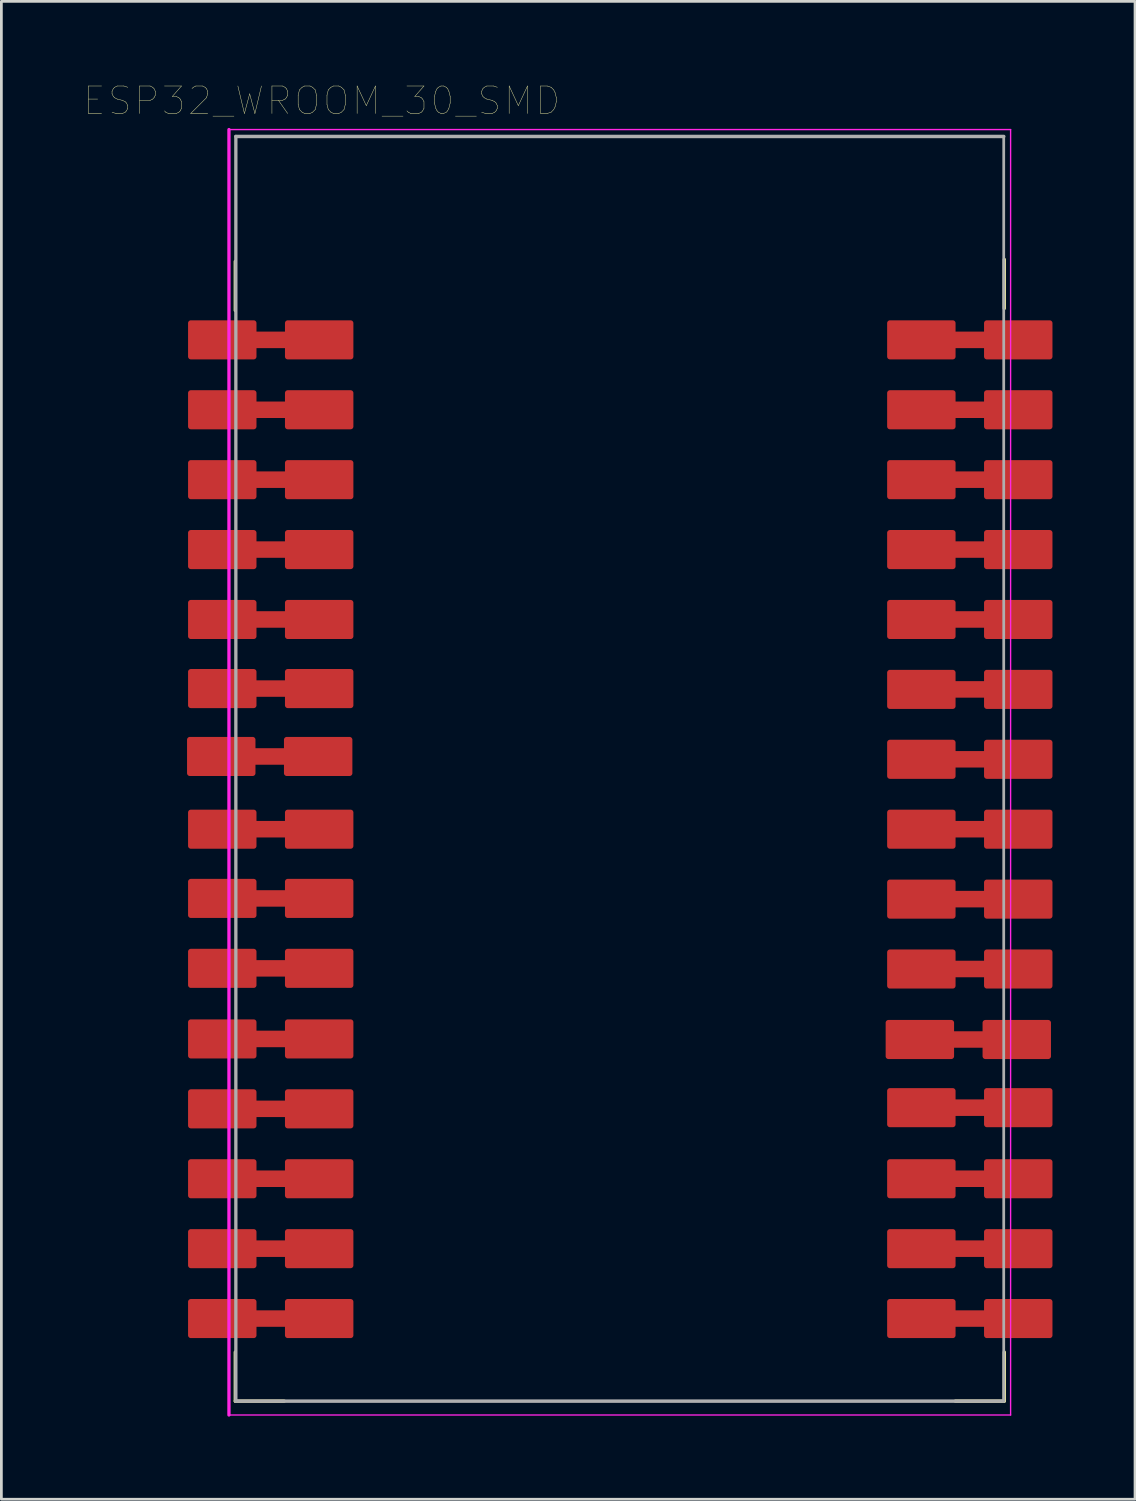
<source format=kicad_pcb>
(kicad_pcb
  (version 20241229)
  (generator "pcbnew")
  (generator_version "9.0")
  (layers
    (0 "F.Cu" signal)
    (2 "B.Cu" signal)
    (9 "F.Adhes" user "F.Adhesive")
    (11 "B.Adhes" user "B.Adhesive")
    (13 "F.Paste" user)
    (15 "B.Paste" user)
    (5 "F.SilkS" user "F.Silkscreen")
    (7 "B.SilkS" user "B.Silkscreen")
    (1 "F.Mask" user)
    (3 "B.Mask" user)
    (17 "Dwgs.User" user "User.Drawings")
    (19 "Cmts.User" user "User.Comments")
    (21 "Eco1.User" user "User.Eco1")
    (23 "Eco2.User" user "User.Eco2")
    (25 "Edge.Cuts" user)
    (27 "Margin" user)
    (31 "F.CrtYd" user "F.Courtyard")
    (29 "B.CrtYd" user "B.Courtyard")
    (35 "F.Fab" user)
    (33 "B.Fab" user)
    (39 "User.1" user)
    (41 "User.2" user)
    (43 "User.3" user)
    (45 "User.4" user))
  (footprint "ESP32_WROOM_30_SMD"
    (layer "F.Cu")
    (at 19.469 29.058)
    (property "Reference" "ESP32_WROOM_30_SMD" (at -10.829 -28.446 0) (layer "F.SilkS") (effects (font (size 1 1) (thickness 0.015))))
    (attr through_hole)
    (fp_line (start -13.97 -20.828) (end -13.97 -22.61) (stroke (width 0.12) (type solid)) (layer "F.SilkS"))
    (fp_line (start -13.97 18.8) (end -13.97 17.018) (stroke (width 0.12) (type solid)) (layer "F.SilkS"))
    (fp_line (start -12.192 18.8) (end -13.97 18.8) (stroke (width 0.12) (type solid)) (layer "F.SilkS"))
    (fp_line (start 13.97 -20.901) (end 13.97 -22.683) (stroke (width 0.12) (type solid)) (layer "F.SilkS"))
    (fp_line (start 13.97 18.8) (end 12.192 18.8) (stroke (width 0.12) (type solid)) (layer "F.SilkS"))
    (fp_line (start 13.97 18.8) (end 13.97 17.018) (stroke (width 0.12) (type solid)) (layer "F.SilkS"))
    (fp_line (start -14.2 -27.4) (end -14.2 19.304) (stroke (width 0.12) (type solid)) (layer "F.CrtYd"))
    (fp_line (start -14.2 -27.4) (end 14.2 -27.4) (stroke (width 0.05) (type solid)) (layer "F.CrtYd"))
    (fp_line (start -14.2 19.304) (end 14.2 19.304) (stroke (width 0.05) (type solid)) (layer "F.CrtYd"))
    (fp_line (start 14.2 19.304) (end 14.2 -27.4) (stroke (width 0.05) (type solid)) (layer "F.CrtYd"))
    (fp_line (start -13.95 -27.15) (end -13.95 18.8) (stroke (width 0.12) (type solid)) (layer "F.Fab"))
    (fp_line (start -13.95 -27.15) (end 13.95 -27.15) (stroke (width 0.127) (type solid)) (layer "F.Fab"))
    (fp_line (start 13.95 18.8) (end -13.95 18.8) (stroke (width 0.127) (type solid)) (layer "F.Fab"))
    (fp_line (start 13.95 18.8) (end 13.95 -27.15) (stroke (width 0.1) (type solid)) (layer "F.Fab"))
    (pad "1" smd custom (at -12.7 -19.76) (size 1.2 0.6) (layers "F.Cu" "F.Mask" "F.Paste") (options (anchor rect)) (primitives (gr_rect (start -2.886 -0.61) (end -0.6 0.61) (width 0.2) (fill yes)) (gr_rect (start 0.635 -0.61) (end 2.921 0.61) (width 0.2) (fill yes))))
    (pad "2" smd custom (at -12.7 -17.22) (size 1.2 0.6) (layers "F.Cu" "F.Mask" "F.Paste") (options (anchor rect)) (primitives (gr_rect (start -2.886 -0.61) (end -0.6 0.61) (width 0.2) (fill yes)) (gr_rect (start 0.635 -0.61) (end 2.921 0.61) (width 0.2) (fill yes))))
    (pad "3" smd custom (at -12.7 -14.68) (size 1.2 0.6) (layers "F.Cu" "F.Mask" "F.Paste") (options (anchor rect)) (primitives (gr_rect (start -2.886 -0.61) (end -0.6 0.61) (width 0.2) (fill yes)) (gr_rect (start 0.635 -0.61) (end 2.921 0.61) (width 0.2) (fill yes))))
    (pad "4" smd custom (at -12.7 -12.14) (size 1.2 0.6) (layers "F.Cu" "F.Mask" "F.Paste") (options (anchor rect)) (primitives (gr_rect (start -2.886 -0.61) (end -0.6 0.61) (width 0.2) (fill yes)) (gr_rect (start 0.635 -0.61) (end 2.921 0.61) (width 0.2) (fill yes))))
    (pad "5" smd custom (at -12.7 -9.6) (size 1.2 0.6) (layers "F.Cu" "F.Mask" "F.Paste") (options (anchor rect)) (primitives (gr_rect (start -2.886 -0.61) (end -0.6 0.61) (width 0.2) (fill yes)) (gr_rect (start 0.635 -0.61) (end 2.921 0.61) (width 0.2) (fill yes))))
    (pad "6" smd custom (at -12.7 -7.09) (size 1.2 0.6) (layers "F.Cu" "F.Mask" "F.Paste") (options (anchor rect)) (primitives (gr_rect (start -2.886 -0.61) (end -0.6 0.61) (width 0.2) (fill yes)) (gr_rect (start 0.635 -0.61) (end 2.921 0.61) (width 0.2) (fill yes))))
    (pad "7" smd custom (at -12.737 -4.623) (size 1.2 0.6) (layers "F.Cu" "F.Mask" "F.Paste") (options (anchor rect)) (primitives (gr_rect (start -2.886 -0.61) (end -0.6 0.61) (width 0.2) (fill yes)) (gr_rect (start 0.635 -0.61) (end 2.921 0.61) (width 0.2) (fill yes))))
    (pad "8" smd custom (at -12.7 -1.98) (size 1.2 0.6) (layers "F.Cu" "F.Mask" "F.Paste") (options (anchor rect)) (primitives (gr_rect (start -2.886 -0.61) (end -0.6 0.61) (width 0.2) (fill yes)) (gr_rect (start 0.635 -0.61) (end 2.921 0.61) (width 0.2) (fill yes))))
    (pad "9" smd custom (at -12.7 0.535) (size 1.2 0.6) (layers "F.Cu" "F.Mask" "F.Paste") (options (anchor rect)) (primitives (gr_rect (start -2.886 -0.61) (end -0.6 0.61) (width 0.2) (fill yes)) (gr_rect (start 0.635 -0.61) (end 2.921 0.61) (width 0.2) (fill yes))))
    (pad "10" smd custom (at -12.7 3.076) (size 1.2 0.6) (layers "F.Cu" "F.Mask" "F.Paste") (options (anchor rect)) (primitives (gr_rect (start -2.886 -0.61) (end -0.6 0.61) (width 0.2) (fill yes)) (gr_rect (start 0.635 -0.61) (end 2.921 0.61) (width 0.2) (fill yes))))
    (pad "11" smd custom (at -12.7 5.64) (size 1.2 0.6) (layers "F.Cu" "F.Mask" "F.Paste") (options (anchor rect)) (primitives (gr_rect (start -2.886 -0.61) (end -0.6 0.61) (width 0.2) (fill yes)) (gr_rect (start 0.635 -0.61) (end 2.921 0.61) (width 0.2) (fill yes))))
    (pad "12" smd custom (at -12.7 8.18) (size 1.2 0.6) (layers "F.Cu" "F.Mask" "F.Paste") (options (anchor rect)) (primitives (gr_rect (start -2.886 -0.61) (end -0.6 0.61) (width 0.2) (fill yes)) (gr_rect (start 0.635 -0.61) (end 2.921 0.61) (width 0.2) (fill yes))))
    (pad "13" smd custom (at -12.7 10.72) (size 1.2 0.6) (layers "F.Cu" "F.Mask" "F.Paste") (options (anchor rect)) (primitives (gr_rect (start -2.886 -0.61) (end -0.6 0.61) (width 0.2) (fill yes)) (gr_rect (start 0.635 -0.61) (end 2.921 0.61) (width 0.2) (fill yes))))
    (pad "14" smd custom (at -12.7 13.26) (size 1.2 0.6) (layers "F.Cu" "F.Mask" "F.Paste") (options (anchor rect)) (primitives (gr_rect (start -2.886 -0.61) (end -0.6 0.61) (width 0.2) (fill yes)) (gr_rect (start 0.635 -0.61) (end 2.921 0.61) (width 0.2) (fill yes))))
    (pad "15" smd custom (at -12.7 15.8) (size 1.2 0.6) (layers "F.Cu" "F.Mask" "F.Paste") (options (anchor rect)) (primitives (gr_rect (start -2.886 -0.61) (end -0.6 0.61) (width 0.2) (fill yes)) (gr_rect (start 0.635 -0.61) (end 2.921 0.61) (width 0.2) (fill yes))))
    (pad "16" smd custom (at 12.7 15.8) (size 1.2 0.6) (layers "F.Cu" "F.Mask" "F.Paste") (options (anchor rect)) (primitives (gr_rect (start -2.886 -0.61) (end -0.6 0.61) (width 0.2) (fill yes)) (gr_rect (start 0.635 -0.61) (end 2.921 0.61) (width 0.2) (fill yes))))
    (pad "17" smd custom (at 12.7 13.26) (size 1.2 0.6) (layers "F.Cu" "F.Mask" "F.Paste") (options (anchor rect)) (primitives (gr_rect (start -2.886 -0.61) (end -0.6 0.61) (width 0.2) (fill yes)) (gr_rect (start 0.635 -0.61) (end 2.921 0.61) (width 0.2) (fill yes))))
    (pad "18" smd custom (at 12.7 10.72) (size 1.2 0.6) (layers "F.Cu" "F.Mask" "F.Paste") (options (anchor rect)) (primitives (gr_rect (start -2.886 -0.61) (end -0.6 0.61) (width 0.2) (fill yes)) (gr_rect (start 0.635 -0.61) (end 2.921 0.61) (width 0.2) (fill yes))))
    (pad "19" smd custom (at 12.7 8.137) (size 1.2 0.6) (layers "F.Cu" "F.Mask" "F.Paste") (options (anchor rect)) (primitives (gr_rect (start -2.886 -0.61) (end -0.6 0.61) (width 0.2) (fill yes)) (gr_rect (start 0.635 -0.61) (end 2.921 0.61) (width 0.2) (fill yes))))
    (pad "20" smd custom (at 12.646 5.661) (size 1.2 0.6) (layers "F.Cu" "F.Mask" "F.Paste") (options (anchor rect)) (primitives (gr_rect (start -2.886 -0.61) (end -0.6 0.61) (width 0.2) (fill yes)) (gr_rect (start 0.635 -0.61) (end 2.921 0.61) (width 0.2) (fill yes))))
    (pad "21" smd custom (at 12.7 3.1) (size 1.2 0.6) (layers "F.Cu" "F.Mask" "F.Paste") (options (anchor rect)) (primitives (gr_rect (start -2.886 -0.61) (end -0.6 0.61) (width 0.2) (fill yes)) (gr_rect (start 0.635 -0.61) (end 2.921 0.61) (width 0.2) (fill yes))))
    (pad "22" smd custom (at 12.7 0.56) (size 1.2 0.6) (layers "F.Cu" "F.Mask" "F.Paste") (options (anchor rect)) (primitives (gr_rect (start -2.886 -0.61) (end -0.6 0.61) (width 0.2) (fill yes)) (gr_rect (start 0.635 -0.61) (end 2.921 0.61) (width 0.2) (fill yes))))
    (pad "23" smd custom (at 12.7 -1.98) (size 1.2 0.6) (layers "F.Cu" "F.Mask" "F.Paste") (options (anchor rect)) (primitives (gr_rect (start -2.886 -0.61) (end -0.6 0.61) (width 0.2) (fill yes)) (gr_rect (start 0.635 -0.61) (end 2.921 0.61) (width 0.2) (fill yes))))
    (pad "24" smd custom (at 12.7 -4.52) (size 1.2 0.6) (layers "F.Cu" "F.Mask" "F.Paste") (options (anchor rect)) (primitives (gr_rect (start -2.886 -0.61) (end -0.6 0.61) (width 0.2) (fill yes)) (gr_rect (start 0.635 -0.61) (end 2.921 0.61) (width 0.2) (fill yes))))
    (pad "25" smd custom (at 12.7 -7.06) (size 1.2 0.6) (layers "F.Cu" "F.Mask" "F.Paste") (options (anchor rect)) (primitives (gr_rect (start -2.886 -0.61) (end -0.6 0.61) (width 0.2) (fill yes)) (gr_rect (start 0.635 -0.61) (end 2.921 0.61) (width 0.2) (fill yes))))
    (pad "26" smd custom (at 12.7 -9.6) (size 1.2 0.6) (layers "F.Cu" "F.Mask" "F.Paste") (options (anchor rect)) (primitives (gr_rect (start -2.886 -0.61) (end -0.6 0.61) (width 0.2) (fill yes)) (gr_rect (start 0.635 -0.61) (end 2.921 0.61) (width 0.2) (fill yes))))
    (pad "27" smd custom (at 12.7 -12.14) (size 1.2 0.6) (layers "F.Cu" "F.Mask" "F.Paste") (options (anchor rect)) (primitives (gr_rect (start -2.886 -0.61) (end -0.6 0.61) (width 0.2) (fill yes)) (gr_rect (start 0.635 -0.61) (end 2.921 0.61) (width 0.2) (fill yes))))
    (pad "28" smd custom (at 12.7 -14.68) (size 1.2 0.6) (layers "F.Cu" "F.Mask" "F.Paste") (options (anchor rect)) (primitives (gr_rect (start -2.886 -0.61) (end -0.6 0.61) (width 0.2) (fill yes)) (gr_rect (start 0.635 -0.61) (end 2.921 0.61) (width 0.2) (fill yes))))
    (pad "29" smd custom (at 12.7 -17.22) (size 1.2 0.6) (layers "F.Cu" "F.Mask" "F.Paste") (options (anchor rect)) (primitives (gr_rect (start -2.886 -0.61) (end -0.6 0.61) (width 0.2) (fill yes)) (gr_rect (start 0.635 -0.61) (end 2.921 0.61) (width 0.2) (fill yes))))
    (pad "30" smd custom (at 12.7 -19.76) (size 1.2 0.6) (layers "F.Cu" "F.Mask" "F.Paste") (options (anchor rect)) (primitives (gr_rect (start -2.886 -0.61) (end -0.6 0.61) (width 0.2) (fill yes)) (gr_rect (start 0.635 -0.61) (end 2.921 0.61) (width 0.2) (fill yes)))))
  (gr_rect
    (start -3 -3)
    (end 38.19 51.422)
    (stroke (width 0.1) (type default))
    (fill no)
    (layer "Edge.Cuts")))
</source>
